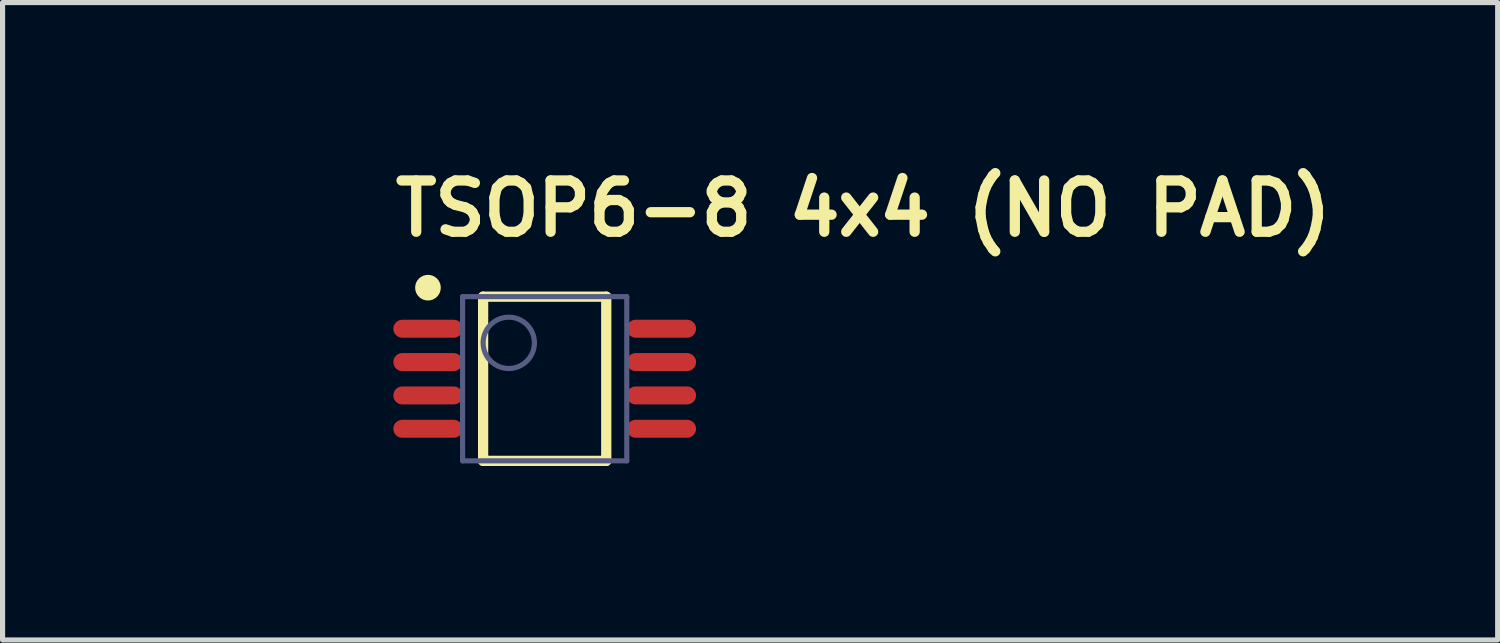
<source format=kicad_pcb>
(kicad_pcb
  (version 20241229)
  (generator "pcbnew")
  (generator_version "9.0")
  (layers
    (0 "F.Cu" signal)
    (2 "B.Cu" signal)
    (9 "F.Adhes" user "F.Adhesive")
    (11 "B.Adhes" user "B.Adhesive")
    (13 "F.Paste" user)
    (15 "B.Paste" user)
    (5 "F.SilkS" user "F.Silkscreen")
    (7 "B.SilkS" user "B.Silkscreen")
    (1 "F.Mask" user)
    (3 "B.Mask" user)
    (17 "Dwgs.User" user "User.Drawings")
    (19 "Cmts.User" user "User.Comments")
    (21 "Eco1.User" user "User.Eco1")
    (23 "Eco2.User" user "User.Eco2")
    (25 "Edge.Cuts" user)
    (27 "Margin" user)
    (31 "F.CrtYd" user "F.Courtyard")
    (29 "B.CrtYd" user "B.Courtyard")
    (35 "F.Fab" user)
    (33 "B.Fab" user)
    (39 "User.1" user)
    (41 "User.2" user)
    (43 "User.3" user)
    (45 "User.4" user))
  (footprint "TSOP6-8 4x4 (NO PAD)"
    (layer "F.Cu")
    (at 7.566 4.332)
    (property "Reference" "TSOP6-8 4x4 (NO PAD)" (at -3.016 -2.732 0) (unlocked yes) (layer "F.SilkS") (effects (font (size 1 1) (thickness 0.2)) (justify left bottom)))
    (fp_line (start -1.2 -1.6) (end 1.2 -1.6) (stroke (width 0.2) (type solid)) (layer "F.SilkS"))
    (fp_line (start -1.2 1.6) (end -1.2 -1.6) (stroke (width 0.2) (type solid)) (layer "F.SilkS"))
    (fp_line (start -1.2 1.6) (end 1.2 1.6) (stroke (width 0.2) (type solid)) (layer "F.SilkS"))
    (fp_line (start 1.2 1.6) (end 1.2 -1.6) (stroke (width 0.2) (type solid)) (layer "F.SilkS"))
    (fp_circle (center -2.275 -1.775) (end -2.275 -1.9) (stroke (width 0.25) (type solid)) (fill no) (layer "F.SilkS"))
    (fp_line (start -3.175 -1.85) (end 3.175 -1.85) (stroke (width 0.1) (type solid)) (layer "Eco1.User"))
    (fp_line (start -3.175 1.85) (end -3.175 -1.85) (stroke (width 0.1) (type solid)) (layer "Eco1.User"))
    (fp_line (start -3.175 1.85) (end 3.175 1.85) (stroke (width 0.1) (type solid)) (layer "Eco1.User"))
    (fp_line (start -0.5 0) (end 0.5 0) (stroke (width 0.1) (type solid)) (layer "Eco1.User"))
    (fp_line (start 0 0.5) (end 0 -0.5) (stroke (width 0.1) (type solid)) (layer "Eco1.User"))
    (fp_line (start 3.175 1.85) (end 3.175 -1.85) (stroke (width 0.1) (type solid)) (layer "Eco1.User"))
    (fp_line (start -1.6 -1.6) (end 1.6 -1.6) (stroke (width 0.1) (type solid)) (layer "B.Fab"))
    (fp_line (start -1.6 1.6) (end -1.6 -1.6) (stroke (width 0.1) (type solid)) (layer "B.Fab"))
    (fp_line (start -1.6 1.6) (end 1.6 1.6) (stroke (width 0.1) (type solid)) (layer "B.Fab"))
    (fp_line (start 1.6 1.6) (end 1.6 -1.6) (stroke (width 0.1) (type solid)) (layer "B.Fab"))
    (fp_circle (center -0.7 -0.7) (end -0.7 -1.2) (stroke (width 0.1) (type solid)) (fill no) (layer "B.Fab"))
    (fp_text user "${REFERENCE}" (at -1.475 1.425 0) (unlocked yes) (layer "User.2") (effects (font (size 0.65 0.65) (thickness 0.254))))
    (pad "1" smd oval (at -2.275 -0.975 90) (size 0.35 1.35) (layers "F.Cu" "F.Mask" "F.Paste"))
    (pad "2" smd oval (at -2.275 -0.325 90) (size 0.35 1.35) (layers "F.Cu" "F.Mask" "F.Paste"))
    (pad "3" smd oval (at -2.275 0.325 90) (size 0.35 1.35) (layers "F.Cu" "F.Mask" "F.Paste"))
    (pad "4" smd oval (at -2.275 0.975 90) (size 0.35 1.35) (layers "F.Cu" "F.Mask" "F.Paste"))
    (pad "5" smd oval (at 2.275 0.975 90) (size 0.35 1.35) (layers "F.Cu" "F.Mask" "F.Paste"))
    (pad "6" smd oval (at 2.275 0.325 90) (size 0.35 1.35) (layers "F.Cu" "F.Mask" "F.Paste"))
    (pad "7" smd oval (at 2.275 -0.325 90) (size 0.35 1.35) (layers "F.Cu" "F.Mask" "F.Paste"))
    (pad "8" smd oval (at 2.275 -0.975 90) (size 0.35 1.35) (layers "F.Cu" "F.Mask" "F.Paste")))
  (gr_rect
    (start -3 -3)
    (end 26.14 9.423)
    (stroke (width 0.1) (type default))
    (fill no)
    (layer "Edge.Cuts")))
</source>
